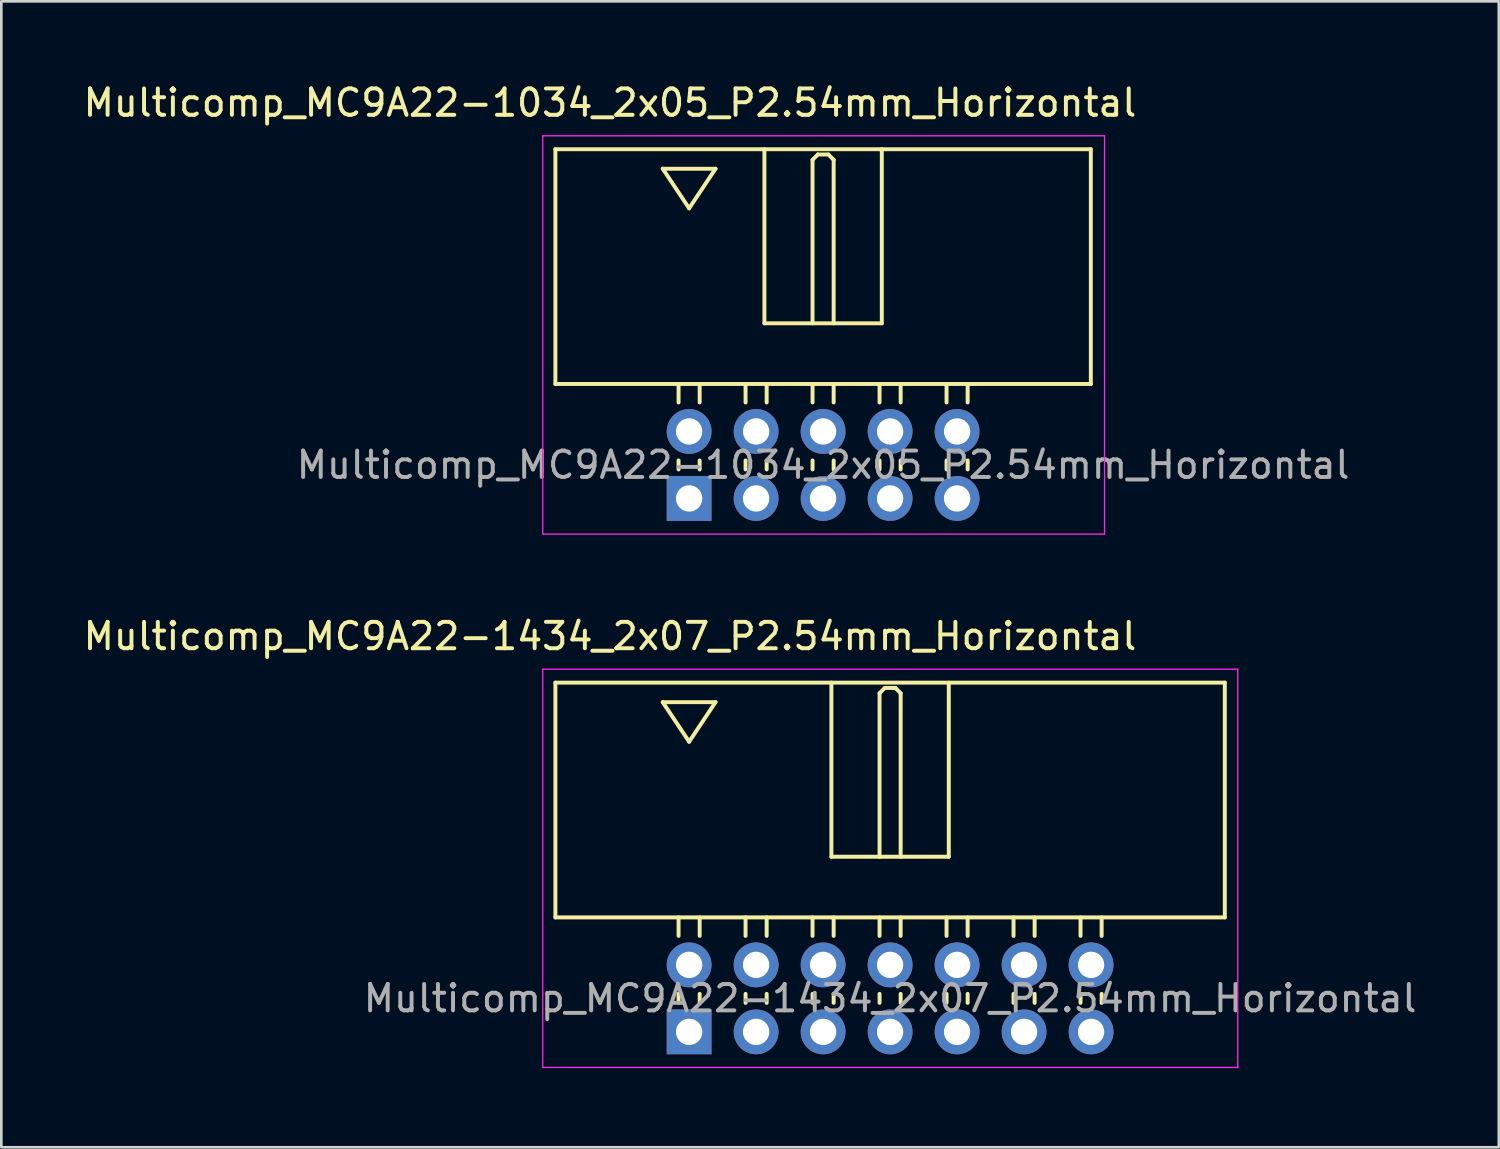
<source format=kicad_pcb>
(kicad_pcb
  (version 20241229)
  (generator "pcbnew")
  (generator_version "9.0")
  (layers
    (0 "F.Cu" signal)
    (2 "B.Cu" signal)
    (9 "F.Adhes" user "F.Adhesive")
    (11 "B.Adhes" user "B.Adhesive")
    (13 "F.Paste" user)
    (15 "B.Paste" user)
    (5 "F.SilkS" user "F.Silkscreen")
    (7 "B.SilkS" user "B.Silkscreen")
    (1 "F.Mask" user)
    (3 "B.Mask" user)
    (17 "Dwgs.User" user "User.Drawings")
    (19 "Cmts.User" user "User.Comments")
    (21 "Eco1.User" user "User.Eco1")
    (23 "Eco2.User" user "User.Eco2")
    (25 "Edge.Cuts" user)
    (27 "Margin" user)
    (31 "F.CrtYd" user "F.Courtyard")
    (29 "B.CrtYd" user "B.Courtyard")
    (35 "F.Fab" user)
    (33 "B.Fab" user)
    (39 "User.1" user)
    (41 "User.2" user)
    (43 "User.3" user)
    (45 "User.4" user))
  (footprint "Multicomp_MC9A22-1034_2x05_P2.54mm_Horizontal"
    (layer "F.Cu")
    (at 23.077 15.848)
    (property "Reference" "Multicomp_MC9A22-1034_2x05_P2.54mm_Horizontal" (at -3 -15 0) (layer "F.SilkS") (effects (font (size 1 1) (thickness 0.15))))
    (attr through_hole)
    (fp_line (start -5.07 -13.24) (end 15.23 -13.24) (stroke (width 0.15) (type solid)) (layer "F.SilkS"))
    (fp_line (start -5.07 -4.34) (end -5.07 -13.24) (stroke (width 0.15) (type solid)) (layer "F.SilkS"))
    (fp_line (start -1 -12.5) (end 1 -12.5) (stroke (width 0.15) (type solid)) (layer "F.SilkS"))
    (fp_line (start -0.4 -3.64) (end -0.4 -4.34) (stroke (width 0.15) (type solid)) (layer "F.SilkS"))
    (fp_line (start -0.4 -1.1) (end -0.4 -1.44) (stroke (width 0.15) (type solid)) (layer "F.SilkS"))
    (fp_line (start 0 -11) (end -1 -12.5) (stroke (width 0.15) (type solid)) (layer "F.SilkS"))
    (fp_line (start 0.4 -3.64) (end 0.4 -4.34) (stroke (width 0.15) (type solid)) (layer "F.SilkS"))
    (fp_line (start 0.4 -1.1) (end 0.4 -1.44) (stroke (width 0.15) (type solid)) (layer "F.SilkS"))
    (fp_line (start 1 -12.5) (end 0 -11) (stroke (width 0.15) (type solid)) (layer "F.SilkS"))
    (fp_line (start 2.14 -3.64) (end 2.14 -4.34) (stroke (width 0.15) (type solid)) (layer "F.SilkS"))
    (fp_line (start 2.14 -1.1) (end 2.14 -1.44) (stroke (width 0.15) (type solid)) (layer "F.SilkS"))
    (fp_line (start 2.855 -13.24) (end 2.855 -6.64) (stroke (width 0.15) (type solid)) (layer "F.SilkS"))
    (fp_line (start 2.855 -6.64) (end 7.305 -6.64) (stroke (width 0.15) (type solid)) (layer "F.SilkS"))
    (fp_line (start 2.94 -3.64) (end 2.94 -4.34) (stroke (width 0.15) (type solid)) (layer "F.SilkS"))
    (fp_line (start 2.94 -1.1) (end 2.94 -1.44) (stroke (width 0.15) (type solid)) (layer "F.SilkS"))
    (fp_line (start 4.68 -12.84) (end 4.88 -13.04) (stroke (width 0.15) (type solid)) (layer "F.SilkS"))
    (fp_line (start 4.68 -6.64) (end 4.68 -12.84) (stroke (width 0.15) (type solid)) (layer "F.SilkS"))
    (fp_line (start 4.68 -3.64) (end 4.68 -4.34) (stroke (width 0.15) (type solid)) (layer "F.SilkS"))
    (fp_line (start 4.68 -1.1) (end 4.68 -1.44) (stroke (width 0.15) (type solid)) (layer "F.SilkS"))
    (fp_line (start 4.88 -13.04) (end 5.28 -13.04) (stroke (width 0.15) (type solid)) (layer "F.SilkS"))
    (fp_line (start 5.28 -13.04) (end 5.48 -12.84) (stroke (width 0.15) (type solid)) (layer "F.SilkS"))
    (fp_line (start 5.48 -12.84) (end 5.48 -6.64) (stroke (width 0.15) (type solid)) (layer "F.SilkS"))
    (fp_line (start 5.48 -3.64) (end 5.48 -4.34) (stroke (width 0.15) (type solid)) (layer "F.SilkS"))
    (fp_line (start 5.48 -1.1) (end 5.48 -1.44) (stroke (width 0.15) (type solid)) (layer "F.SilkS"))
    (fp_line (start 7.22 -3.64) (end 7.22 -4.34) (stroke (width 0.15) (type solid)) (layer "F.SilkS"))
    (fp_line (start 7.22 -1.1) (end 7.22 -1.44) (stroke (width 0.15) (type solid)) (layer "F.SilkS"))
    (fp_line (start 7.305 -6.64) (end 7.305 -13.24) (stroke (width 0.15) (type solid)) (layer "F.SilkS"))
    (fp_line (start 8.02 -3.64) (end 8.02 -4.34) (stroke (width 0.15) (type solid)) (layer "F.SilkS"))
    (fp_line (start 8.02 -1.1) (end 8.02 -1.44) (stroke (width 0.15) (type solid)) (layer "F.SilkS"))
    (fp_line (start 9.76 -3.64) (end 9.76 -4.34) (stroke (width 0.15) (type solid)) (layer "F.SilkS"))
    (fp_line (start 9.76 -1.1) (end 9.76 -1.44) (stroke (width 0.15) (type solid)) (layer "F.SilkS"))
    (fp_line (start 10.56 -3.64) (end 10.56 -4.34) (stroke (width 0.15) (type solid)) (layer "F.SilkS"))
    (fp_line (start 10.56 -1.1) (end 10.56 -1.44) (stroke (width 0.15) (type solid)) (layer "F.SilkS"))
    (fp_line (start 15.23 -13.24) (end 15.23 -4.34) (stroke (width 0.15) (type solid)) (layer "F.SilkS"))
    (fp_line (start 15.23 -4.34) (end -5.07 -4.34) (stroke (width 0.15) (type solid)) (layer "F.SilkS"))
    (fp_line (start -5.55 -13.75) (end 15.75 -13.75) (stroke (width 0.05) (type solid)) (layer "F.CrtYd"))
    (fp_line (start -5.55 1.35) (end -5.55 -13.75) (stroke (width 0.05) (type solid)) (layer "F.CrtYd"))
    (fp_line (start 15.75 -13.75) (end 15.75 1.35) (stroke (width 0.05) (type solid)) (layer "F.CrtYd"))
    (fp_line (start 15.75 1.35) (end -5.55 1.35) (stroke (width 0.05) (type solid)) (layer "F.CrtYd"))
    (fp_text user "${REFERENCE}" (at 5.08 -1.27 0) (layer "F.Fab") (effects (font (size 1 1) (thickness 0.15))))
    (pad "1" thru_hole rect (at 0 0) (size 1.7 1.7) (drill 1) (layers "*.Cu" "*.Mask"))
    (pad "2" thru_hole circle (at 0 -2.54) (size 1.7 1.7) (drill 1) (layers "*.Cu" "*.Mask"))
    (pad "3" thru_hole circle (at 2.54 0) (size 1.7 1.7) (drill 1) (layers "*.Cu" "*.Mask"))
    (pad "4" thru_hole circle (at 2.54 -2.54) (size 1.7 1.7) (drill 1) (layers "*.Cu" "*.Mask"))
    (pad "5" thru_hole circle (at 5.08 0) (size 1.7 1.7) (drill 1) (layers "*.Cu" "*.Mask"))
    (pad "6" thru_hole circle (at 5.08 -2.54) (size 1.7 1.7) (drill 1) (layers "*.Cu" "*.Mask"))
    (pad "7" thru_hole circle (at 7.62 0) (size 1.7 1.7) (drill 1) (layers "*.Cu" "*.Mask"))
    (pad "8" thru_hole circle (at 7.62 -2.54) (size 1.7 1.7) (drill 1) (layers "*.Cu" "*.Mask"))
    (pad "9" thru_hole circle (at 10.16 0) (size 1.7 1.7) (drill 1) (layers "*.Cu" "*.Mask"))
    (pad "10" thru_hole circle (at 10.16 -2.54) (size 1.7 1.7) (drill 1) (layers "*.Cu" "*.Mask")))
  (footprint "Multicomp_MC9A22-1434_2x07_P2.54mm_Horizontal"
    (layer "F.Cu")
    (at 23.077 36.072)
    (property "Reference" "Multicomp_MC9A22-1434_2x07_P2.54mm_Horizontal" (at -3 -15 0) (layer "F.SilkS") (effects (font (size 1 1) (thickness 0.15))))
    (attr through_hole)
    (fp_line (start -5.07 -13.24) (end 20.31 -13.24) (stroke (width 0.15) (type solid)) (layer "F.SilkS"))
    (fp_line (start -5.07 -4.34) (end -5.07 -13.24) (stroke (width 0.15) (type solid)) (layer "F.SilkS"))
    (fp_line (start -1 -12.5) (end 1 -12.5) (stroke (width 0.15) (type solid)) (layer "F.SilkS"))
    (fp_line (start -0.4 -3.64) (end -0.4 -4.34) (stroke (width 0.15) (type solid)) (layer "F.SilkS"))
    (fp_line (start -0.4 -1.1) (end -0.4 -1.44) (stroke (width 0.15) (type solid)) (layer "F.SilkS"))
    (fp_line (start 0 -11) (end -1 -12.5) (stroke (width 0.15) (type solid)) (layer "F.SilkS"))
    (fp_line (start 0.4 -3.64) (end 0.4 -4.34) (stroke (width 0.15) (type solid)) (layer "F.SilkS"))
    (fp_line (start 0.4 -1.1) (end 0.4 -1.44) (stroke (width 0.15) (type solid)) (layer "F.SilkS"))
    (fp_line (start 1 -12.5) (end 0 -11) (stroke (width 0.15) (type solid)) (layer "F.SilkS"))
    (fp_line (start 2.14 -3.64) (end 2.14 -4.34) (stroke (width 0.15) (type solid)) (layer "F.SilkS"))
    (fp_line (start 2.14 -1.1) (end 2.14 -1.44) (stroke (width 0.15) (type solid)) (layer "F.SilkS"))
    (fp_line (start 2.94 -3.64) (end 2.94 -4.34) (stroke (width 0.15) (type solid)) (layer "F.SilkS"))
    (fp_line (start 2.94 -1.1) (end 2.94 -1.44) (stroke (width 0.15) (type solid)) (layer "F.SilkS"))
    (fp_line (start 4.68 -3.64) (end 4.68 -4.34) (stroke (width 0.15) (type solid)) (layer "F.SilkS"))
    (fp_line (start 4.68 -1.1) (end 4.68 -1.44) (stroke (width 0.15) (type solid)) (layer "F.SilkS"))
    (fp_line (start 5.395 -13.24) (end 5.395 -6.64) (stroke (width 0.15) (type solid)) (layer "F.SilkS"))
    (fp_line (start 5.395 -6.64) (end 9.845 -6.64) (stroke (width 0.15) (type solid)) (layer "F.SilkS"))
    (fp_line (start 5.48 -3.64) (end 5.48 -4.34) (stroke (width 0.15) (type solid)) (layer "F.SilkS"))
    (fp_line (start 5.48 -1.1) (end 5.48 -1.44) (stroke (width 0.15) (type solid)) (layer "F.SilkS"))
    (fp_line (start 7.22 -12.84) (end 7.42 -13.04) (stroke (width 0.15) (type solid)) (layer "F.SilkS"))
    (fp_line (start 7.22 -6.64) (end 7.22 -12.84) (stroke (width 0.15) (type solid)) (layer "F.SilkS"))
    (fp_line (start 7.22 -3.64) (end 7.22 -4.34) (stroke (width 0.15) (type solid)) (layer "F.SilkS"))
    (fp_line (start 7.22 -1.1) (end 7.22 -1.44) (stroke (width 0.15) (type solid)) (layer "F.SilkS"))
    (fp_line (start 7.42 -13.04) (end 7.82 -13.04) (stroke (width 0.15) (type solid)) (layer "F.SilkS"))
    (fp_line (start 7.82 -13.04) (end 8.02 -12.84) (stroke (width 0.15) (type solid)) (layer "F.SilkS"))
    (fp_line (start 8.02 -12.84) (end 8.02 -6.64) (stroke (width 0.15) (type solid)) (layer "F.SilkS"))
    (fp_line (start 8.02 -3.64) (end 8.02 -4.34) (stroke (width 0.15) (type solid)) (layer "F.SilkS"))
    (fp_line (start 8.02 -1.1) (end 8.02 -1.44) (stroke (width 0.15) (type solid)) (layer "F.SilkS"))
    (fp_line (start 9.76 -3.64) (end 9.76 -4.34) (stroke (width 0.15) (type solid)) (layer "F.SilkS"))
    (fp_line (start 9.76 -1.1) (end 9.76 -1.44) (stroke (width 0.15) (type solid)) (layer "F.SilkS"))
    (fp_line (start 9.845 -6.64) (end 9.845 -13.24) (stroke (width 0.15) (type solid)) (layer "F.SilkS"))
    (fp_line (start 10.56 -3.64) (end 10.56 -4.34) (stroke (width 0.15) (type solid)) (layer "F.SilkS"))
    (fp_line (start 10.56 -1.1) (end 10.56 -1.44) (stroke (width 0.15) (type solid)) (layer "F.SilkS"))
    (fp_line (start 12.3 -3.64) (end 12.3 -4.34) (stroke (width 0.15) (type solid)) (layer "F.SilkS"))
    (fp_line (start 12.3 -1.1) (end 12.3 -1.44) (stroke (width 0.15) (type solid)) (layer "F.SilkS"))
    (fp_line (start 13.1 -3.64) (end 13.1 -4.34) (stroke (width 0.15) (type solid)) (layer "F.SilkS"))
    (fp_line (start 13.1 -1.1) (end 13.1 -1.44) (stroke (width 0.15) (type solid)) (layer "F.SilkS"))
    (fp_line (start 14.84 -3.64) (end 14.84 -4.34) (stroke (width 0.15) (type solid)) (layer "F.SilkS"))
    (fp_line (start 14.84 -1.1) (end 14.84 -1.44) (stroke (width 0.15) (type solid)) (layer "F.SilkS"))
    (fp_line (start 15.64 -3.64) (end 15.64 -4.34) (stroke (width 0.15) (type solid)) (layer "F.SilkS"))
    (fp_line (start 15.64 -1.1) (end 15.64 -1.44) (stroke (width 0.15) (type solid)) (layer "F.SilkS"))
    (fp_line (start 20.31 -13.24) (end 20.31 -4.34) (stroke (width 0.15) (type solid)) (layer "F.SilkS"))
    (fp_line (start 20.31 -4.34) (end -5.07 -4.34) (stroke (width 0.15) (type solid)) (layer "F.SilkS"))
    (fp_line (start -5.55 -13.75) (end 20.8 -13.75) (stroke (width 0.05) (type solid)) (layer "F.CrtYd"))
    (fp_line (start -5.55 1.35) (end -5.55 -13.75) (stroke (width 0.05) (type solid)) (layer "F.CrtYd"))
    (fp_line (start 20.8 -13.75) (end 20.8 1.35) (stroke (width 0.05) (type solid)) (layer "F.CrtYd"))
    (fp_line (start 20.8 1.35) (end -5.55 1.35) (stroke (width 0.05) (type solid)) (layer "F.CrtYd"))
    (fp_text user "${REFERENCE}" (at 7.62 -1.27 0) (layer "F.Fab") (effects (font (size 1 1) (thickness 0.15))))
    (pad "1" thru_hole rect (at 0 0) (size 1.7 1.7) (drill 1) (layers "*.Cu" "*.Mask"))
    (pad "2" thru_hole circle (at 0 -2.54) (size 1.7 1.7) (drill 1) (layers "*.Cu" "*.Mask"))
    (pad "3" thru_hole circle (at 2.54 0) (size 1.7 1.7) (drill 1) (layers "*.Cu" "*.Mask"))
    (pad "4" thru_hole circle (at 2.54 -2.54) (size 1.7 1.7) (drill 1) (layers "*.Cu" "*.Mask"))
    (pad "5" thru_hole circle (at 5.08 0) (size 1.7 1.7) (drill 1) (layers "*.Cu" "*.Mask"))
    (pad "6" thru_hole circle (at 5.08 -2.54) (size 1.7 1.7) (drill 1) (layers "*.Cu" "*.Mask"))
    (pad "7" thru_hole circle (at 7.62 0) (size 1.7 1.7) (drill 1) (layers "*.Cu" "*.Mask"))
    (pad "8" thru_hole circle (at 7.62 -2.54) (size 1.7 1.7) (drill 1) (layers "*.Cu" "*.Mask"))
    (pad "9" thru_hole circle (at 10.16 0) (size 1.7 1.7) (drill 1) (layers "*.Cu" "*.Mask"))
    (pad "10" thru_hole circle (at 10.16 -2.54) (size 1.7 1.7) (drill 1) (layers "*.Cu" "*.Mask"))
    (pad "11" thru_hole circle (at 12.7 0) (size 1.7 1.7) (drill 1) (layers "*.Cu" "*.Mask"))
    (pad "12" thru_hole circle (at 12.7 -2.54) (size 1.7 1.7) (drill 1) (layers "*.Cu" "*.Mask"))
    (pad "13" thru_hole circle (at 15.24 0) (size 1.7 1.7) (drill 1) (layers "*.Cu" "*.Mask"))
    (pad "14" thru_hole circle (at 15.24 -2.54) (size 1.7 1.7) (drill 1) (layers "*.Cu" "*.Mask")))
  (gr_rect
    (start -3 -3)
    (end 53.775 40.447)
    (stroke (width 0.1) (type default))
    (fill no)
    (layer "Edge.Cuts")))
</source>
